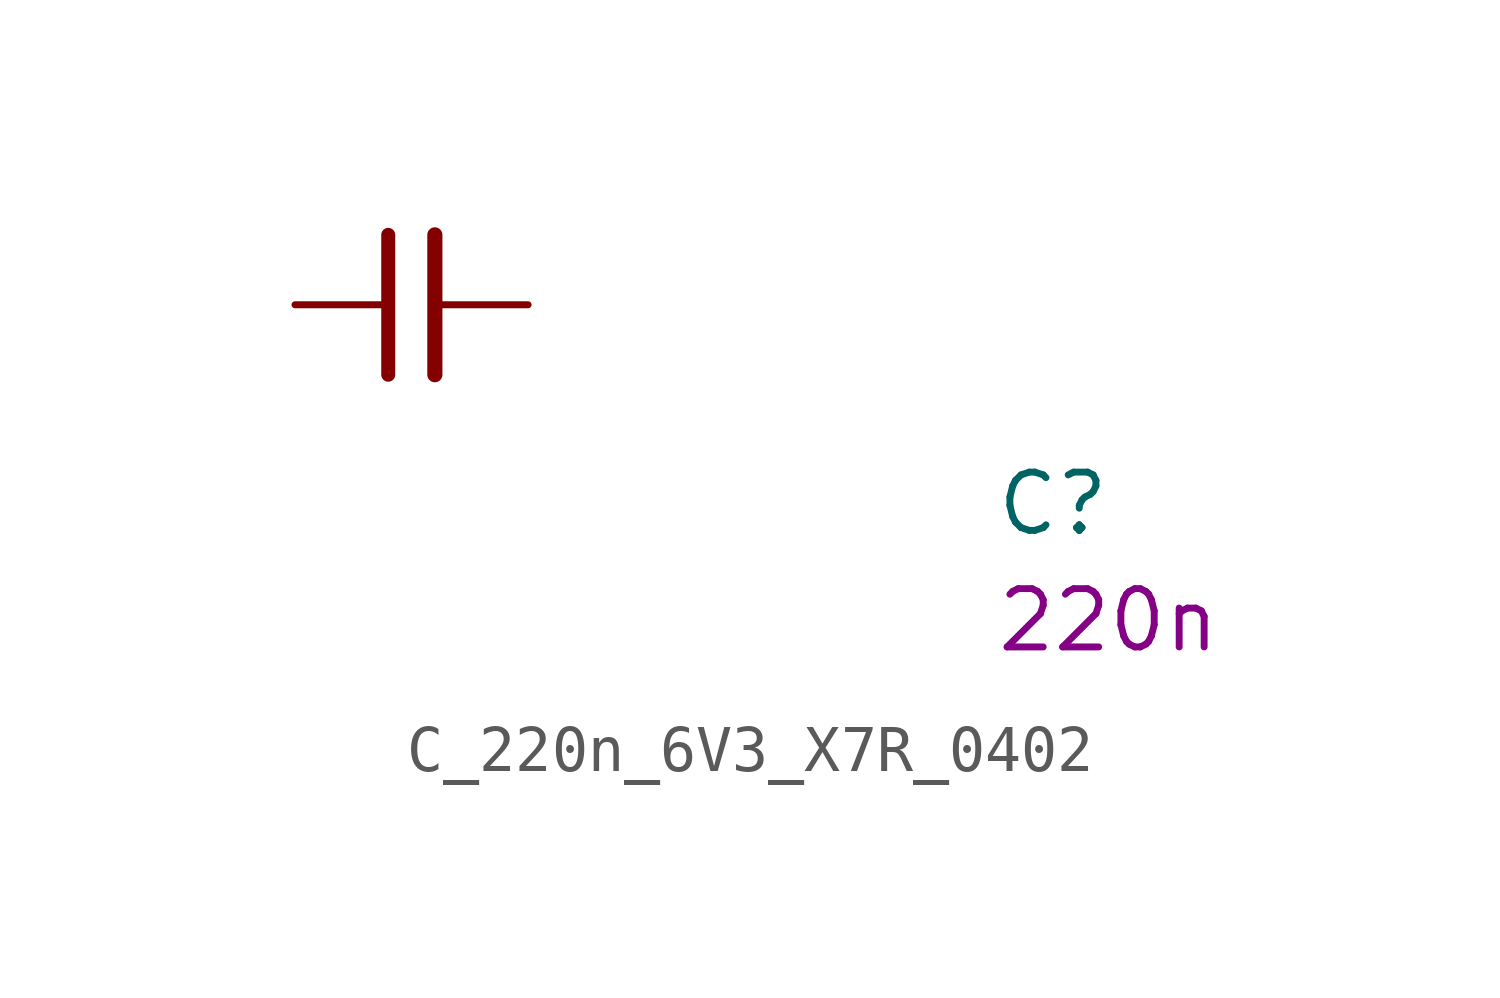
<source format=kicad_sym>
(kicad_symbol_lib
  (version 20220914)
  (generator kicad_symbol_editor)
  (symbol "C_220n_6V3_X7R_0402"
    (pin_numbers hide)
    (pin_names hide)
    (property "Reference" "C"
      (at 15.24 -5.08 0)
      (effects (font (size 1.27 1.27) (thickness 0.15)) (justify left bottom)))
    (property "Val" "220n"
      (at 15.24 -7.62 0)
      (effects (font (size 1.27 1.27) (thickness 0.15)) (justify left bottom)))
    (symbol "C_220n_6V3_X7R_0402_0_1"
      (polyline (pts (xy 2.032 -1.524) (xy 2.032 1.524)) (stroke (width 0.305) (type default)) (fill (type none)))
      (polyline (pts (xy 3.048 -1.524) (xy 3.048 1.524)) (stroke (width 0.33) (type default)) (fill (type none))))
    (symbol "C_220n_6V3_X7R_0402_1_1"
      (pin passive line (at 0 0 0) (length 2.032) (name "~" (effects (font (size 1.27 1.27)))) (number "1" (effects (font (size 1.27 1.27)))))
      (pin passive line (at 5.08 0 180) (length 2.032) (name "~" (effects (font (size 1.27 1.27)))) (number "2" (effects (font (size 1.27 1.27))))))))
</source>
